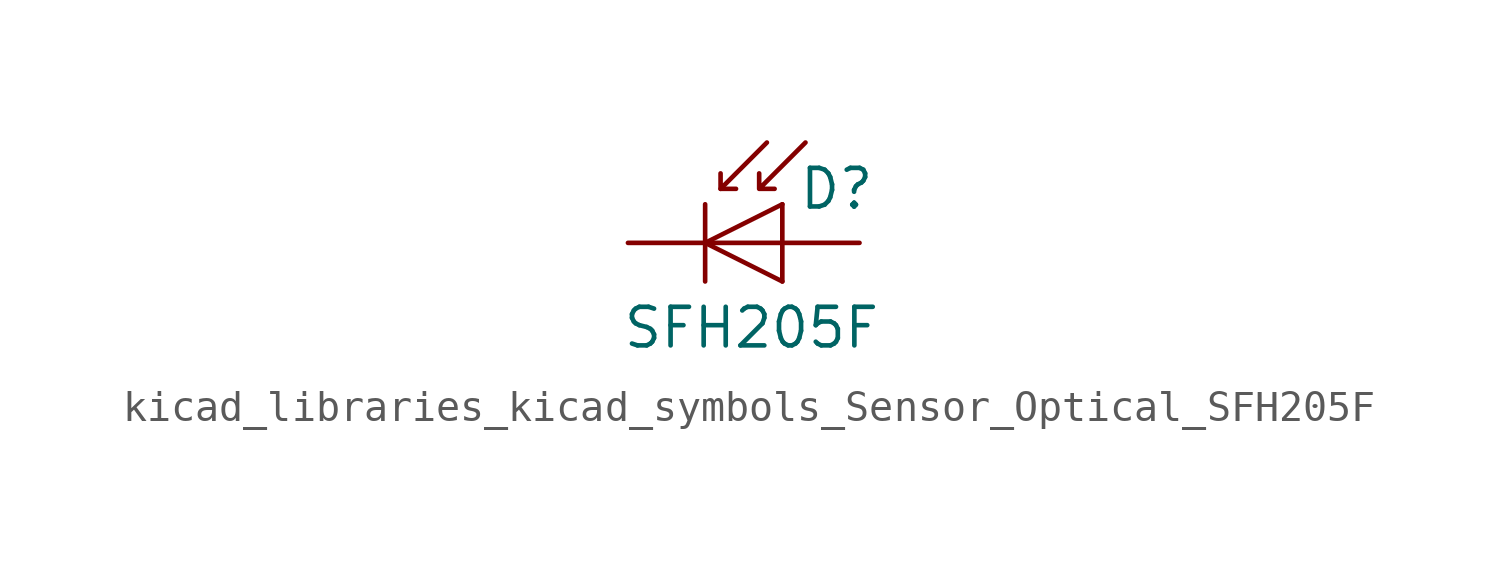
<source format=kicad_sym>
(kicad_symbol_lib
  (version 20220914)
  (generator kicad_symbol_editor)
  (symbol "kicad_libraries_kicad_symbols_Sensor_Optical_SFH205F"
    (pin_numbers hide)
    (pin_names
      (offset 1.016) hide)
    (property "Reference" "D"
      (at 0.508 1.778 0)
      (effects (font (size 1.27 1.27)) (justify left)))
    (property "Value" "SFH205F"
      (at -1.016 -2.794 0)
      (effects (font (size 1.27 1.27))))
    (symbol "kicad_libraries_kicad_symbols_Sensor_Optical_SFH205F_0_1"
      (polyline (pts (xy -2.54 1.27) (xy -2.54 -1.27)) (stroke (width 0.152) (type default)) (fill (type none)))
      (polyline (pts (xy -2.032 1.778) (xy -1.524 1.778)) (stroke (width 0) (type default)) (fill (type none)))
      (polyline (pts (xy 0 0) (xy -2.54 0)) (stroke (width 0) (type default)) (fill (type none)))
      (polyline (pts (xy 0 1.27) (xy 0 -1.27)) (stroke (width 0) (type default)) (fill (type none)))
      (polyline (pts (xy -0.508 3.302) (xy -2.032 1.778) (xy -2.032 2.286)) (stroke (width 0) (type default)) (fill (type none)))
      (polyline (pts (xy 0 1.27) (xy -2.54 0) (xy 0 -1.27)) (stroke (width 0) (type default)) (fill (type none)))
      (polyline (pts (xy 0.762 3.302) (xy -0.762 1.778) (xy -0.762 2.286) (xy -0.762 1.778) (xy -0.254 1.778)) (stroke (width 0) (type default)) (fill (type none))))
    (symbol "kicad_libraries_kicad_symbols_Sensor_Optical_SFH205F_1_1"
      (pin passive line (at -5.08 0 0) (length 2.54) (name "K" (effects (font (size 1.27 1.27)))) (number "1" (effects (font (size 1.27 1.27)))))
      (pin passive line (at 2.54 0 180) (length 2.54) (name "A" (effects (font (size 1.27 1.27)))) (number "2" (effects (font (size 1.27 1.27))))))))
</source>
